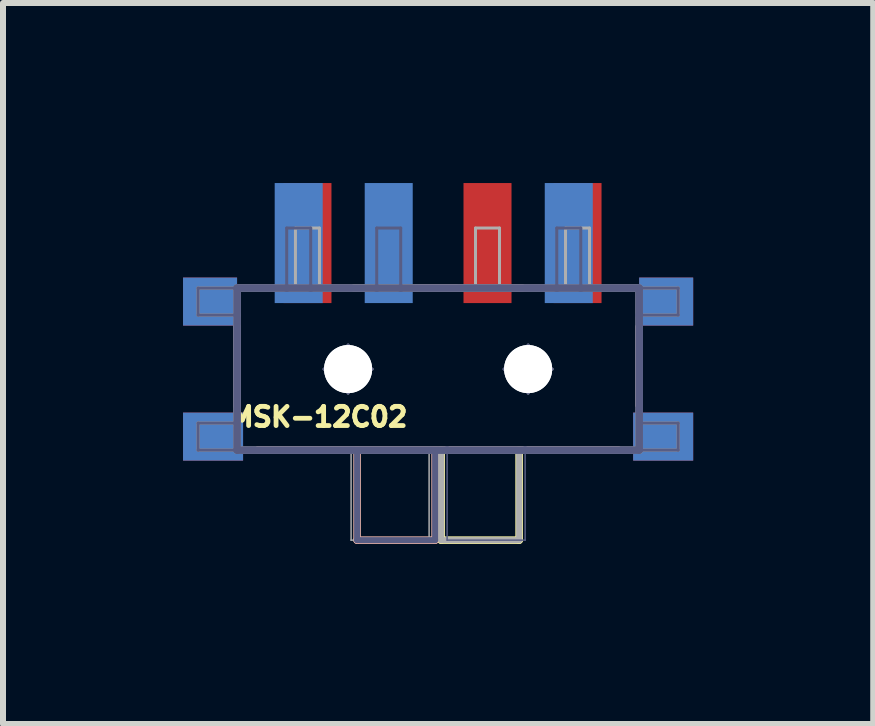
<source format=kicad_pcb>
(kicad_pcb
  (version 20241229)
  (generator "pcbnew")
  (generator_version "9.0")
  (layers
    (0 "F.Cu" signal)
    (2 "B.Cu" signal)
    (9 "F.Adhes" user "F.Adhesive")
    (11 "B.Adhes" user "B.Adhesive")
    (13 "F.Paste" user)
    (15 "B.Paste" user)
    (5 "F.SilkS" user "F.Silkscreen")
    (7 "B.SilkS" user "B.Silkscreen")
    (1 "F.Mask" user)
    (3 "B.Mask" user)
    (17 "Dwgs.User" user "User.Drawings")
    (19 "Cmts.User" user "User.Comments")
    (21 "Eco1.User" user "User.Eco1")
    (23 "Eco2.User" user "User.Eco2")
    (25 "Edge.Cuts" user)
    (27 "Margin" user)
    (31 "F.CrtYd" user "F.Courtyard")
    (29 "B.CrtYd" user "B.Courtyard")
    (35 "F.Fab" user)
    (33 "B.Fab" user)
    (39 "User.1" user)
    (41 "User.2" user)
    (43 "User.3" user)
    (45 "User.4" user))
  (footprint "MSK-12C02"
    (layer "F.Cu")
    (at 4.25 3.1)
    (property "Reference" "MSK-12C02" (at -1.984 0.797 0) (layer "F.SilkS") (effects (font (size 0.32 0.32) (thickness 0.15))))
    (attr smd)
    (fp_line (start -3.35 -0.7) (end -3.35 0.6) (stroke (width 0.127) (type solid)) (layer "F.SilkS"))
    (fp_line (start -3 1.35) (end 0.05 1.35) (stroke (width 0.127) (type solid)) (layer "F.SilkS"))
    (fp_line (start -1.4 -1.35) (end 0.3 -1.35) (stroke (width 0.127) (type solid)) (layer "F.SilkS"))
    (fp_line (start 0.05 1.35) (end 1.35 1.35) (stroke (width 0.127) (type solid)) (layer "F.SilkS"))
    (fp_line (start 0.05 2.85) (end 0.05 1.35) (stroke (width 0.127) (type solid)) (layer "F.SilkS"))
    (fp_line (start 0.05 2.85) (end 1.35 2.85) (stroke (width 0.127) (type solid)) (layer "F.SilkS"))
    (fp_line (start 1.35 1.35) (end 3 1.35) (stroke (width 0.127) (type solid)) (layer "F.SilkS"))
    (fp_line (start 1.35 2.85) (end 1.35 1.35) (stroke (width 0.127) (type solid)) (layer "F.SilkS"))
    (fp_line (start 3.35 0.6) (end 3.35 -0.7) (stroke (width 0.127) (type solid)) (layer "F.SilkS"))
    (fp_line (start -3.35 0.6) (end -3.35 -0.7) (stroke (width 0.127) (type solid)) (layer "B.SilkS"))
    (fp_line (start -1.35 1.35) (end -3 1.35) (stroke (width 0.127) (type solid)) (layer "B.SilkS"))
    (fp_line (start -1.35 2.85) (end -1.35 1.35) (stroke (width 0.127) (type solid)) (layer "B.SilkS"))
    (fp_line (start -0.05 1.35) (end -1.35 1.35) (stroke (width 0.127) (type solid)) (layer "B.SilkS"))
    (fp_line (start -0.05 2.85) (end -1.35 2.85) (stroke (width 0.127) (type solid)) (layer "B.SilkS"))
    (fp_line (start -0.05 2.85) (end -0.05 1.35) (stroke (width 0.127) (type solid)) (layer "B.SilkS"))
    (fp_line (start 1.4 -1.35) (end -0.3 -1.35) (stroke (width 0.127) (type solid)) (layer "B.SilkS"))
    (fp_line (start 3 1.35) (end -0.05 1.35) (stroke (width 0.127) (type solid)) (layer "B.SilkS"))
    (fp_line (start 3.35 -0.7) (end 3.35 0.6) (stroke (width 0.127) (type solid)) (layer "B.SilkS"))
    (fp_line (start -4 -1.35) (end -4 -0.9) (stroke (width 0.05) (type solid)) (layer "B.Fab"))
    (fp_line (start -4 -1.35) (end -3.4 -1.35) (stroke (width 0.05) (type solid)) (layer "B.Fab"))
    (fp_line (start -4 -0.9) (end -3.4 -0.9) (stroke (width 0.05) (type solid)) (layer "B.Fab"))
    (fp_line (start -4 0.9) (end -4 1.35) (stroke (width 0.05) (type solid)) (layer "B.Fab"))
    (fp_line (start -4 1.35) (end -3.4 1.35) (stroke (width 0.05) (type solid)) (layer "B.Fab"))
    (fp_line (start -3.4 0.9) (end -4 0.9) (stroke (width 0.05) (type solid)) (layer "B.Fab"))
    (fp_line (start -3.35 -1.35) (end -3.35 1.35) (stroke (width 0.127) (type solid)) (layer "B.Fab"))
    (fp_line (start -3.35 1.35) (end 0.15 1.35) (stroke (width 0.127) (type solid)) (layer "B.Fab"))
    (fp_line (start -2.523 -2.35) (end -2.523 -1.35) (stroke (width 0.05) (type solid)) (layer "B.Fab"))
    (fp_line (start -2.523 -1.35) (end -3.35 -1.35) (stroke (width 0.127) (type solid)) (layer "B.Fab"))
    (fp_line (start -2.523 -1.35) (end -2.123 -1.35) (stroke (width 0.127) (type solid)) (layer "B.Fab"))
    (fp_line (start -2.123 -2.35) (end -2.523 -2.35) (stroke (width 0.05) (type solid)) (layer "B.Fab"))
    (fp_line (start -2.123 -1.35) (end -2.123 -2.35) (stroke (width 0.05) (type solid)) (layer "B.Fab"))
    (fp_line (start -2.123 -1.35) (end -1.023 -1.35) (stroke (width 0.127) (type solid)) (layer "B.Fab"))
    (fp_line (start -1.9 0) (end -1.5 0) (stroke (width 0.05) (type solid)) (layer "B.Fab"))
    (fp_line (start -1.5 0) (end -1.5 -0.4) (stroke (width 0.05) (type solid)) (layer "B.Fab"))
    (fp_line (start -1.5 0) (end -1.5 0.4) (stroke (width 0.05) (type solid)) (layer "B.Fab"))
    (fp_line (start -1.5 0) (end -1.1 0) (stroke (width 0.05) (type solid)) (layer "B.Fab"))
    (fp_line (start -1.35 2.85) (end -1.35 1.35) (stroke (width 0.1) (type solid)) (layer "B.Fab"))
    (fp_line (start -1.023 -2.35) (end -1.023 -1.35) (stroke (width 0.05) (type solid)) (layer "B.Fab"))
    (fp_line (start -1.023 -1.35) (end -0.623 -1.35) (stroke (width 0.127) (type solid)) (layer "B.Fab"))
    (fp_line (start -0.623 -2.35) (end -1.023 -2.35) (stroke (width 0.05) (type solid)) (layer "B.Fab"))
    (fp_line (start -0.623 -1.35) (end -0.623 -2.35) (stroke (width 0.05) (type solid)) (layer "B.Fab"))
    (fp_line (start -0.05 1.35) (end -0.05 2.85) (stroke (width 0.1) (type solid)) (layer "B.Fab"))
    (fp_line (start -0.05 2.85) (end -1.35 2.85) (stroke (width 0.1) (type solid)) (layer "B.Fab"))
    (fp_line (start 0.15 1.35) (end 1.45 1.35) (stroke (width 0.127) (type solid)) (layer "B.Fab"))
    (fp_line (start 0.15 2.85) (end 0.15 1.35) (stroke (width 0.025) (type solid)) (layer "B.Fab"))
    (fp_line (start 1.45 1.35) (end 1.45 2.85) (stroke (width 0.025) (type solid)) (layer "B.Fab"))
    (fp_line (start 1.45 1.35) (end 3.35 1.35) (stroke (width 0.127) (type solid)) (layer "B.Fab"))
    (fp_line (start 1.45 2.85) (end 0.15 2.85) (stroke (width 0.025) (type solid)) (layer "B.Fab"))
    (fp_line (start 1.5 0) (end 1.1 0) (stroke (width 0.05) (type solid)) (layer "B.Fab"))
    (fp_line (start 1.5 0) (end 1.5 -0.4) (stroke (width 0.05) (type solid)) (layer "B.Fab"))
    (fp_line (start 1.5 0) (end 1.5 0.4) (stroke (width 0.05) (type solid)) (layer "B.Fab"))
    (fp_line (start 1.9 0) (end 1.5 0) (stroke (width 0.05) (type solid)) (layer "B.Fab"))
    (fp_line (start 1.977 -2.35) (end 1.977 -1.35) (stroke (width 0.05) (type solid)) (layer "B.Fab"))
    (fp_line (start 1.977 -1.35) (end -0.623 -1.35) (stroke (width 0.127) (type solid)) (layer "B.Fab"))
    (fp_line (start 1.977 -1.35) (end 2.377 -1.35) (stroke (width 0.127) (type solid)) (layer "B.Fab"))
    (fp_line (start 2.377 -2.35) (end 1.977 -2.35) (stroke (width 0.05) (type solid)) (layer "B.Fab"))
    (fp_line (start 2.377 -1.35) (end 2.377 -2.35) (stroke (width 0.05) (type solid)) (layer "B.Fab"))
    (fp_line (start 3.35 -1.35) (end 2.377 -1.35) (stroke (width 0.127) (type solid)) (layer "B.Fab"))
    (fp_line (start 3.35 -1.35) (end 4 -1.35) (stroke (width 0.05) (type solid)) (layer "B.Fab"))
    (fp_line (start 3.35 -0.9) (end 3.35 -1.35) (stroke (width 0.127) (type solid)) (layer "B.Fab"))
    (fp_line (start 3.35 1.35) (end 3.35 -0.9) (stroke (width 0.127) (type solid)) (layer "B.Fab"))
    (fp_line (start 4 -1.35) (end 4 -0.9) (stroke (width 0.05) (type solid)) (layer "B.Fab"))
    (fp_line (start 4 -0.9) (end 3.35 -0.9) (stroke (width 0.05) (type solid)) (layer "B.Fab"))
    (fp_line (start 4 0.9) (end 3.4 0.9) (stroke (width 0.05) (type solid)) (layer "B.Fab"))
    (fp_line (start 4 0.9) (end 4 1.35) (stroke (width 0.05) (type solid)) (layer "B.Fab"))
    (fp_line (start 4 1.35) (end 3.4 1.35) (stroke (width 0.05) (type solid)) (layer "B.Fab"))
    (fp_line (start -4 -1.35) (end -4 -0.9) (stroke (width 0.05) (type solid)) (layer "F.Fab"))
    (fp_line (start -4 -0.9) (end -3.35 -0.9) (stroke (width 0.05) (type solid)) (layer "F.Fab"))
    (fp_line (start -4 0.9) (end -4 1.35) (stroke (width 0.05) (type solid)) (layer "F.Fab"))
    (fp_line (start -4 0.9) (end -3.4 0.9) (stroke (width 0.05) (type solid)) (layer "F.Fab"))
    (fp_line (start -4 1.35) (end -3.4 1.35) (stroke (width 0.05) (type solid)) (layer "F.Fab"))
    (fp_line (start -3.35 -1.35) (end -4 -1.35) (stroke (width 0.05) (type solid)) (layer "F.Fab"))
    (fp_line (start -3.35 -1.35) (end -2.377 -1.35) (stroke (width 0.127) (type solid)) (layer "F.Fab"))
    (fp_line (start -3.35 -0.9) (end -3.35 -1.35) (stroke (width 0.127) (type solid)) (layer "F.Fab"))
    (fp_line (start -3.35 1.35) (end -3.35 -0.9) (stroke (width 0.127) (type solid)) (layer "F.Fab"))
    (fp_line (start -2.377 -2.35) (end -1.977 -2.35) (stroke (width 0.05) (type solid)) (layer "F.Fab"))
    (fp_line (start -2.377 -1.35) (end -2.377 -2.35) (stroke (width 0.05) (type solid)) (layer "F.Fab"))
    (fp_line (start -1.977 -2.35) (end -1.977 -1.35) (stroke (width 0.05) (type solid)) (layer "F.Fab"))
    (fp_line (start -1.977 -1.35) (end -2.377 -1.35) (stroke (width 0.127) (type solid)) (layer "F.Fab"))
    (fp_line (start -1.977 -1.35) (end 0.623 -1.35) (stroke (width 0.127) (type solid)) (layer "F.Fab"))
    (fp_line (start -1.9 0) (end -1.5 0) (stroke (width 0.05) (type solid)) (layer "F.Fab"))
    (fp_line (start -1.5 0) (end -1.5 -0.4) (stroke (width 0.05) (type solid)) (layer "F.Fab"))
    (fp_line (start -1.5 0) (end -1.5 0.4) (stroke (width 0.05) (type solid)) (layer "F.Fab"))
    (fp_line (start -1.5 0) (end -1.1 0) (stroke (width 0.05) (type solid)) (layer "F.Fab"))
    (fp_line (start -1.45 1.35) (end -3.35 1.35) (stroke (width 0.127) (type solid)) (layer "F.Fab"))
    (fp_line (start -1.45 1.35) (end -1.45 2.85) (stroke (width 0.025) (type solid)) (layer "F.Fab"))
    (fp_line (start -1.45 2.85) (end -0.15 2.85) (stroke (width 0.025) (type solid)) (layer "F.Fab"))
    (fp_line (start -0.15 1.35) (end -1.45 1.35) (stroke (width 0.127) (type solid)) (layer "F.Fab"))
    (fp_line (start -0.15 2.85) (end -0.15 1.35) (stroke (width 0.025) (type solid)) (layer "F.Fab"))
    (fp_line (start 0.05 1.35) (end 0.05 2.85) (stroke (width 0.1) (type solid)) (layer "F.Fab"))
    (fp_line (start 0.05 2.85) (end 1.35 2.85) (stroke (width 0.1) (type solid)) (layer "F.Fab"))
    (fp_line (start 0.623 -2.35) (end 1.023 -2.35) (stroke (width 0.05) (type solid)) (layer "F.Fab"))
    (fp_line (start 0.623 -1.35) (end 0.623 -2.35) (stroke (width 0.05) (type solid)) (layer "F.Fab"))
    (fp_line (start 1.023 -2.35) (end 1.023 -1.35) (stroke (width 0.05) (type solid)) (layer "F.Fab"))
    (fp_line (start 1.023 -1.35) (end 0.623 -1.35) (stroke (width 0.127) (type solid)) (layer "F.Fab"))
    (fp_line (start 1.35 2.85) (end 1.35 1.35) (stroke (width 0.1) (type solid)) (layer "F.Fab"))
    (fp_line (start 1.5 0) (end 1.1 0) (stroke (width 0.05) (type solid)) (layer "F.Fab"))
    (fp_line (start 1.5 0) (end 1.5 -0.4) (stroke (width 0.05) (type solid)) (layer "F.Fab"))
    (fp_line (start 1.5 0) (end 1.5 0.4) (stroke (width 0.05) (type solid)) (layer "F.Fab"))
    (fp_line (start 1.9 0) (end 1.5 0) (stroke (width 0.05) (type solid)) (layer "F.Fab"))
    (fp_line (start 2.123 -2.35) (end 2.523 -2.35) (stroke (width 0.05) (type solid)) (layer "F.Fab"))
    (fp_line (start 2.123 -1.35) (end 1.023 -1.35) (stroke (width 0.127) (type solid)) (layer "F.Fab"))
    (fp_line (start 2.123 -1.35) (end 2.123 -2.35) (stroke (width 0.05) (type solid)) (layer "F.Fab"))
    (fp_line (start 2.523 -2.35) (end 2.523 -1.35) (stroke (width 0.05) (type solid)) (layer "F.Fab"))
    (fp_line (start 2.523 -1.35) (end 2.123 -1.35) (stroke (width 0.127) (type solid)) (layer "F.Fab"))
    (fp_line (start 2.523 -1.35) (end 3.35 -1.35) (stroke (width 0.127) (type solid)) (layer "F.Fab"))
    (fp_line (start 3.35 -1.35) (end 3.35 1.35) (stroke (width 0.127) (type solid)) (layer "F.Fab"))
    (fp_line (start 3.35 1.35) (end -0.15 1.35) (stroke (width 0.127) (type solid)) (layer "F.Fab"))
    (fp_line (start 3.4 0.9) (end 4 0.9) (stroke (width 0.05) (type solid)) (layer "F.Fab"))
    (fp_line (start 4 -1.35) (end 3.4 -1.35) (stroke (width 0.05) (type solid)) (layer "F.Fab"))
    (fp_line (start 4 -1.35) (end 4 -0.9) (stroke (width 0.05) (type solid)) (layer "F.Fab"))
    (fp_line (start 4 -0.9) (end 3.4 -0.9) (stroke (width 0.05) (type solid)) (layer "F.Fab"))
    (fp_line (start 4 0.9) (end 4 1.35) (stroke (width 0.05) (type solid)) (layer "F.Fab"))
    (fp_line (start 4 1.35) (end 3.4 1.35) (stroke (width 0.05) (type solid)) (layer "F.Fab"))
    (pad "" np_thru_hole circle (at -1.5 0) (size 0.8 0.8) (drill 0.8) (layers "*.Cu" "*.Mask"))
    (pad "" np_thru_hole circle (at -1.5 0) (size 0.8 0.8) (drill 0.8) (layers "*.Cu" "*.Mask"))
    (pad "" np_thru_hole circle (at 1.5 0) (size 0.8 0.8) (drill 0.8) (layers "*.Cu" "*.Mask"))
    (pad "" np_thru_hole circle (at 1.5 0) (size 0.8 0.8) (drill 0.8) (layers "*.Cu" "*.Mask"))
    (pad "COM" smd rect (at -0.823 -2.1 180) (size 0.8 2) (layers "B.Cu" "B.Mask" "B.Paste"))
    (pad "COM" smd rect (at 0.823 -2.1 180) (size 0.8 2) (layers "F.Cu" "F.Mask" "F.Paste"))
    (pad "GND@1" smd rect (at -3.75 1.125 180) (size 1 0.8) (layers "F.Cu" "F.Mask" "F.Paste"))
    (pad "GND@1" smd rect (at 3.75 1.125 180) (size 1 0.8) (layers "B.Cu" "B.Mask" "B.Paste"))
    (pad "GND@2" smd rect (at -3.8 -1.125 180) (size 0.9 0.8) (layers "F.Cu" "F.Mask" "F.Paste"))
    (pad "GND@2" smd rect (at 3.8 -1.125 180) (size 0.9 0.8) (layers "B.Cu" "B.Mask" "B.Paste"))
    (pad "GND@3" smd rect (at -3.8 -1.125 180) (size 0.9 0.8) (layers "B.Cu" "B.Mask" "B.Paste"))
    (pad "GND@3" smd rect (at 3.8 -1.125 180) (size 0.9 0.8) (layers "F.Cu" "F.Mask" "F.Paste"))
    (pad "GND@4" smd rect (at -3.75 1.125 180) (size 1 0.8) (layers "B.Cu" "B.Mask" "B.Paste"))
    (pad "GND@4" smd rect (at 3.75 1.125 180) (size 1 0.8) (layers "F.Cu" "F.Mask" "F.Paste"))
    (pad "L1" smd rect (at -2.323 -2.1 180) (size 0.8 2) (layers "B.Cu" "B.Mask" "B.Paste"))
    (pad "L1" smd rect (at 2.323 -2.1 180) (size 0.8 2) (layers "F.Cu" "F.Mask" "F.Paste"))
    (pad "L2" smd rect (at -2.177 -2.1 180) (size 0.8 2) (layers "F.Cu" "F.Mask" "F.Paste"))
    (pad "L2" smd rect (at 2.177 -2.1 180) (size 0.8 2) (layers "B.Cu" "B.Mask" "B.Paste")))
  (gr_rect
    (start -3 -3)
    (end 11.5 9.014)
    (stroke (width 0.1) (type default))
    (fill no)
    (layer "Edge.Cuts")))
</source>
